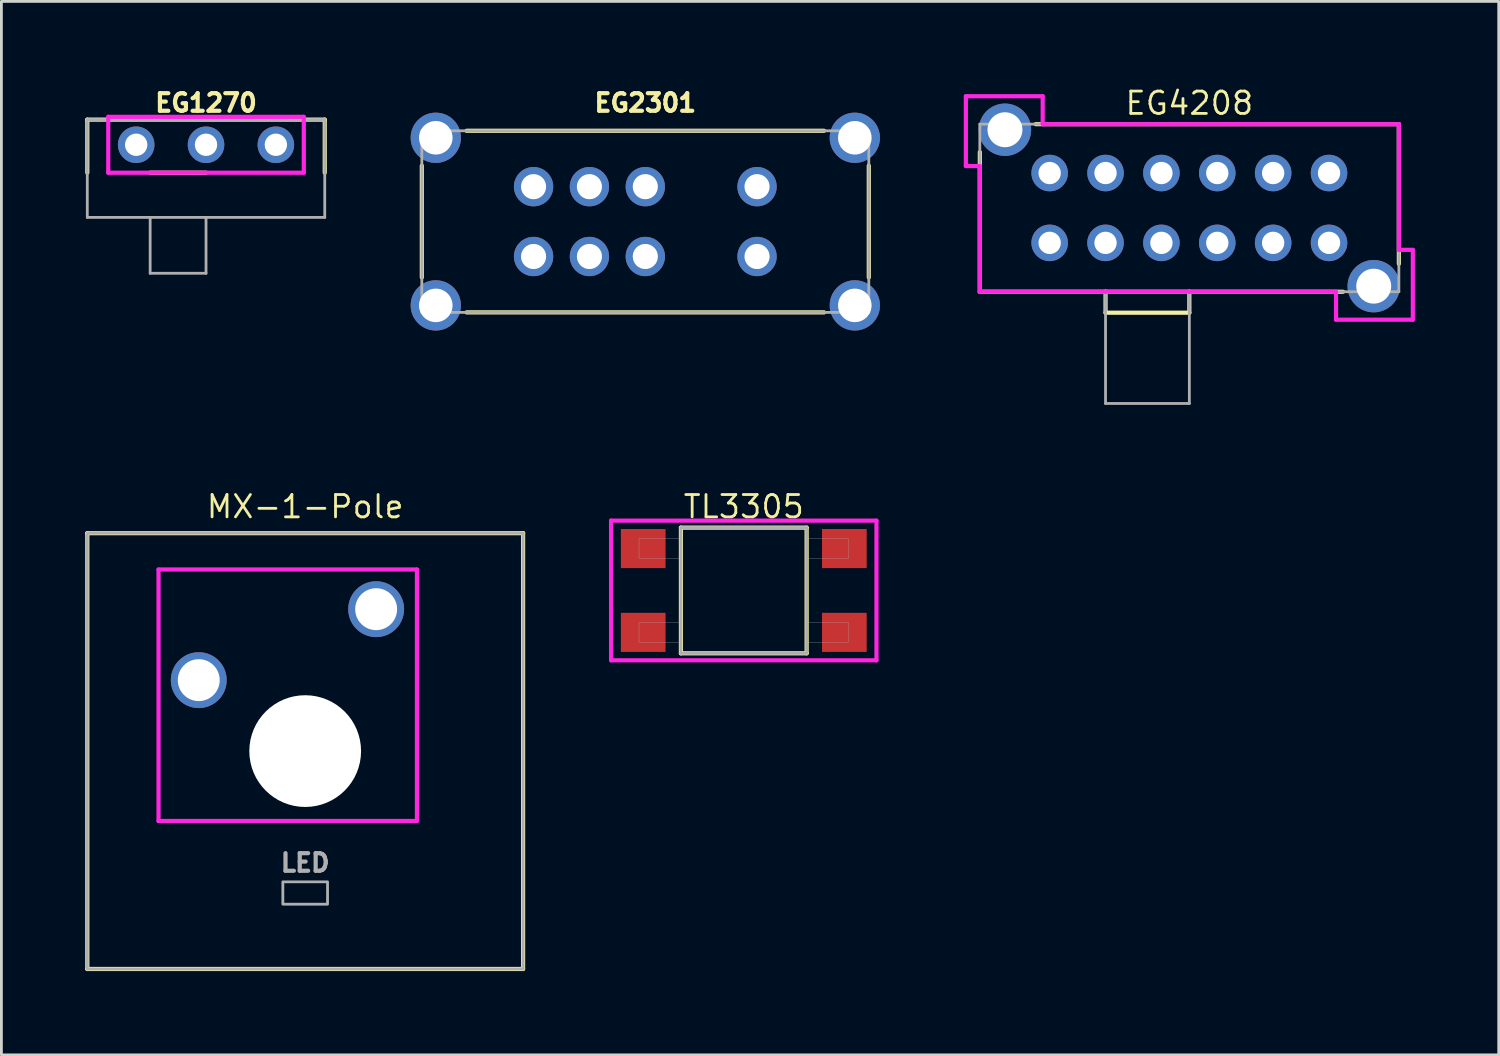
<source format=kicad_pcb>
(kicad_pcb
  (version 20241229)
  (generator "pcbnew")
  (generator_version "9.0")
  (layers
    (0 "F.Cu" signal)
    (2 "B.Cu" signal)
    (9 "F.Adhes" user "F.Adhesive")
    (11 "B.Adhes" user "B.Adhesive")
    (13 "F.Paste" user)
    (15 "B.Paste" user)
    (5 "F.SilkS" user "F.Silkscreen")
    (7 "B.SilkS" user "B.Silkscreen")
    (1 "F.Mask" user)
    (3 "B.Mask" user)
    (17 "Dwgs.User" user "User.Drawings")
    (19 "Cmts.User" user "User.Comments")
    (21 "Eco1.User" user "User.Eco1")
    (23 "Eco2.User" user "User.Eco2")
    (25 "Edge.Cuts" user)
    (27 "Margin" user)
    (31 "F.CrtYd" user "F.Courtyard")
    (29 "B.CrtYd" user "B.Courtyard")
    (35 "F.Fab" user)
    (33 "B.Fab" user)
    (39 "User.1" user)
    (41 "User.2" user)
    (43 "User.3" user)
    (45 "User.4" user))
  (footprint "EG1270"
    (layer "F.Cu")
    (at 4.325 2.132)
    (property "Reference" "EG1270" (at 0 -1.5 0) (layer "F.SilkS") (effects (font (size 0.63 0.63) (thickness 0.15))))
    (attr through_hole)
    (fp_line (start -4.25 -0.9) (end 4.25 -0.9) (stroke (width 0.15) (type solid)) (layer "F.SilkS"))
    (fp_line (start -4.25 1) (end -4.25 -0.9) (stroke (width 0.15) (type solid)) (layer "F.SilkS"))
    (fp_line (start 0 1) (end -2 1) (stroke (width 0.15) (type solid)) (layer "F.SilkS"))
    (fp_line (start 4.25 -0.9) (end 4.25 1) (stroke (width 0.15) (type solid)) (layer "F.SilkS"))
    (fp_line (start -3.5 -1) (end -3.5 1) (stroke (width 0.15) (type solid)) (layer "F.CrtYd"))
    (fp_line (start -3.5 1) (end 3.5 1) (stroke (width 0.15) (type solid)) (layer "F.CrtYd"))
    (fp_line (start 3.5 -1) (end -3.5 -1) (stroke (width 0.15) (type solid)) (layer "F.CrtYd"))
    (fp_line (start 3.5 1) (end 3.5 -1) (stroke (width 0.15) (type solid)) (layer "F.CrtYd"))
    (fp_line (start -4.25 -0.9) (end -4.25 2.6) (stroke (width 0.1) (type solid)) (layer "F.Fab"))
    (fp_line (start -4.25 2.6) (end -2 2.6) (stroke (width 0.1) (type solid)) (layer "F.Fab"))
    (fp_line (start -2 2.6) (end 0 2.6) (stroke (width 0.1) (type solid)) (layer "F.Fab"))
    (fp_line (start -2 4.6) (end -2 2.6) (stroke (width 0.1) (type solid)) (layer "F.Fab"))
    (fp_line (start 0 2.6) (end 0 4.6) (stroke (width 0.1) (type solid)) (layer "F.Fab"))
    (fp_line (start 0 2.6) (end 4.25 2.6) (stroke (width 0.1) (type solid)) (layer "F.Fab"))
    (fp_line (start 0 4.6) (end -2 4.6) (stroke (width 0.1) (type solid)) (layer "F.Fab"))
    (fp_line (start 4.25 -0.9) (end -4.25 -0.9) (stroke (width 0.1) (type solid)) (layer "F.Fab"))
    (fp_line (start 4.25 2.6) (end 4.25 -0.9) (stroke (width 0.1) (type solid)) (layer "F.Fab"))
    (fp_poly (pts (xy -2.75 -0.15) (xy -2.25 -0.15) (xy -2.25 0.15) (xy -2.75 0.15)) (stroke (width 0.01) (type solid)) (fill no) (layer "F.Fab"))
    (fp_poly (pts (xy -0.25 -0.15) (xy 0.25 -0.15) (xy 0.25 0.15) (xy -0.25 0.15)) (stroke (width 0.01) (type solid)) (fill no) (layer "F.Fab"))
    (fp_poly (pts (xy 2.25 -0.15) (xy 2.75 -0.15) (xy 2.75 0.15) (xy 2.25 0.15)) (stroke (width 0.01) (type solid)) (fill no) (layer "F.Fab"))
    (pad "1" thru_hole circle (at -2.5 0) (size 1.308 1.308) (drill 0.8) (layers "*.Cu" "*.Mask"))
    (pad "2" thru_hole circle (at 0 0) (size 1.308 1.308) (drill 0.8) (layers "*.Cu" "*.Mask"))
    (pad "3" thru_hole circle (at 2.5 0) (size 1.308 1.308) (drill 0.8) (layers "*.Cu" "*.Mask")))
  (footprint "MX-1-Pole"
    (layer "F.Cu")
    (at 7.875 23.837)
    (property "Reference" "MX-1-Pole" (at 0 -8.75 0) (layer "F.SilkS") (effects (font (size 0.8 0.8) (thickness 0.1))))
    (attr smd)
    (fp_line (start -7.8 -7.8) (end 7.8 -7.8) (stroke (width 0.15) (type default)) (layer "F.SilkS"))
    (fp_line (start -7.8 7.8) (end -7.8 -7.8) (stroke (width 0.15) (type default)) (layer "F.SilkS"))
    (fp_line (start 7.8 -7.8) (end 7.8 -7.8) (stroke (width 0.15) (type default)) (layer "F.SilkS"))
    (fp_line (start 7.8 -7.8) (end 7.8 7.8) (stroke (width 0.15) (type default)) (layer "F.SilkS"))
    (fp_line (start 7.8 7.8) (end -7.8 7.8) (stroke (width 0.15) (type default)) (layer "F.SilkS"))
    (fp_line (start -5.25 -6.5) (end 4 -6.5) (stroke (width 0.15) (type default)) (layer "F.CrtYd"))
    (fp_line (start -5.25 2.5) (end -5.25 -6.5) (stroke (width 0.15) (type default)) (layer "F.CrtYd"))
    (fp_line (start 4 -6.5) (end 4 -2.75) (stroke (width 0.15) (type default)) (layer "F.CrtYd"))
    (fp_line (start 4 -2.75) (end 4 2.5) (stroke (width 0.15) (type default)) (layer "F.CrtYd"))
    (fp_line (start 4 2.5) (end -5.25 2.5) (stroke (width 0.15) (type default)) (layer "F.CrtYd"))
    (fp_line (start -7.8 -7.8) (end 7.8 -7.8) (stroke (width 0.1) (type default)) (layer "F.Fab"))
    (fp_line (start -7.8 7.8) (end -7.8 -7.8) (stroke (width 0.1) (type default)) (layer "F.Fab"))
    (fp_line (start 7.8 -7.8) (end 7.8 7.8) (stroke (width 0.1) (type default)) (layer "F.Fab"))
    (fp_line (start 7.8 7.8) (end -7.8 7.8) (stroke (width 0.1) (type default)) (layer "F.Fab"))
    (fp_rect (start -0.8 5.48) (end 0.8 4.68) (stroke (width 0.1) (type default)) (fill no) (layer "F.Fab"))
    (fp_text user "LED" (at 0 4 0) (layer "F.Fab") (effects (font (size 0.63 0.63) (thickness 0.15))))
    (pad "" np_thru_hole circle (at 0 0) (size 4 4) (drill 4) (layers "*.Cu" "*.Mask"))
    (pad "1" thru_hole circle (at -3.81 -2.54) (size 2 2) (drill 1.5) (layers "*.Cu" "*.Mask"))
    (pad "2" thru_hole circle (at 2.54 -5.08) (size 2 2) (drill 1.5) (layers "*.Cu" "*.Mask")))
  (footprint "EG2301"
    (layer "F.Cu")
    (at 20.05 4.882)
    (property "Reference" "EG2301" (at 0 -4.25 0) (layer "F.SilkS") (effects (font (size 0.63 0.63) (thickness 0.15))))
    (attr through_hole)
    (fp_line (start -8 2) (end -8 -2) (stroke (width 0.15) (type solid)) (layer "F.SilkS"))
    (fp_line (start -6.4 -3.25) (end 6.4 -3.25) (stroke (width 0.15) (type solid)) (layer "F.SilkS"))
    (fp_line (start 6.4 3.25) (end -6.4 3.25) (stroke (width 0.15) (type solid)) (layer "F.SilkS"))
    (fp_line (start 8 -2) (end 8 2) (stroke (width 0.15) (type solid)) (layer "F.SilkS"))
    (fp_line (start -8 -3.25) (end -8 3.25) (stroke (width 0.1) (type solid)) (layer "F.Fab"))
    (fp_line (start -8 3.25) (end 8 3.25) (stroke (width 0.1) (type solid)) (layer "F.Fab"))
    (fp_line (start 8 -3.25) (end -8 -3.25) (stroke (width 0.1) (type solid)) (layer "F.Fab"))
    (fp_line (start 8 3.25) (end 8 -3.25) (stroke (width 0.1) (type solid)) (layer "F.Fab"))
    (fp_poly (pts (xy -8 -3.25) (xy -7 -3.25) (xy -7 -2.75) (xy -8 -2.75)) (stroke (width 0.01) (type solid)) (fill no) (layer "F.Fab"))
    (fp_poly (pts (xy -8 2.75) (xy -7 2.75) (xy -7 3.25) (xy -8 3.25)) (stroke (width 0.01) (type solid)) (fill no) (layer "F.Fab"))
    (fp_poly (pts (xy -4.25 -1.45) (xy -3.75 -1.45) (xy -3.75 -1.05) (xy -4.25 -1.05)) (stroke (width 0.01) (type solid)) (fill no) (layer "F.Fab"))
    (fp_poly (pts (xy -4.25 1.05) (xy -3.75 1.05) (xy -3.75 1.45) (xy -4.25 1.45)) (stroke (width 0.01) (type solid)) (fill no) (layer "F.Fab"))
    (fp_poly (pts (xy -2.25 -1.45) (xy -1.75 -1.45) (xy -1.75 -1.05) (xy -2.25 -1.05)) (stroke (width 0.01) (type solid)) (fill no) (layer "F.Fab"))
    (fp_poly (pts (xy -2.25 1.05) (xy -1.75 1.05) (xy -1.75 1.45) (xy -2.25 1.45)) (stroke (width 0.01) (type solid)) (fill no) (layer "F.Fab"))
    (fp_poly (pts (xy -0.25 -1.45) (xy 0.25 -1.45) (xy 0.25 -1.05) (xy -0.25 -1.05)) (stroke (width 0.01) (type solid)) (fill no) (layer "F.Fab"))
    (fp_poly (pts (xy -0.25 1.05) (xy 0.25 1.05) (xy 0.25 1.45) (xy -0.25 1.45)) (stroke (width 0.01) (type solid)) (fill no) (layer "F.Fab"))
    (fp_poly (pts (xy 3.75 -1.45) (xy 4.25 -1.45) (xy 4.25 -1.05) (xy 3.75 -1.05)) (stroke (width 0.01) (type solid)) (fill no) (layer "F.Fab"))
    (fp_poly (pts (xy 3.75 1.05) (xy 4.25 1.05) (xy 4.25 1.45) (xy 3.75 1.45)) (stroke (width 0.01) (type solid)) (fill no) (layer "F.Fab"))
    (fp_poly (pts (xy 7 -3.25) (xy 8 -3.25) (xy 8 -2.75) (xy 7 -2.75)) (stroke (width 0.01) (type solid)) (fill no) (layer "F.Fab"))
    (fp_poly (pts (xy 7 2.75) (xy 8 2.75) (xy 8 3.25) (xy 7 3.25)) (stroke (width 0.01) (type solid)) (fill no) (layer "F.Fab"))
    (pad "1" thru_hole circle (at -4 1.25) (size 1.408 1.408) (drill 0.9) (layers "*.Cu" "*.Mask"))
    (pad "2" thru_hole circle (at -2 1.25) (size 1.408 1.408) (drill 0.9) (layers "*.Cu" "*.Mask"))
    (pad "3" thru_hole circle (at 0 1.25) (size 1.408 1.408) (drill 0.9) (layers "*.Cu" "*.Mask"))
    (pad "4" thru_hole circle (at 4 1.25) (size 1.408 1.408) (drill 0.9) (layers "*.Cu" "*.Mask"))
    (pad "5" thru_hole circle (at -4 -1.25) (size 1.408 1.408) (drill 0.9) (layers "*.Cu" "*.Mask"))
    (pad "6" thru_hole circle (at -2 -1.25) (size 1.408 1.408) (drill 0.9) (layers "*.Cu" "*.Mask"))
    (pad "7" thru_hole circle (at 0 -1.25) (size 1.408 1.408) (drill 0.9) (layers "*.Cu" "*.Mask"))
    (pad "8" thru_hole circle (at 4 -1.25) (size 1.408 1.408) (drill 0.9) (layers "*.Cu" "*.Mask"))
    (pad "SHIELD@1" thru_hole circle (at -7.5 -3) (size 1.8 1.8) (drill 1.2) (layers "*.Cu" "*.Mask"))
    (pad "SHIELD@2" thru_hole circle (at -7.5 3) (size 1.8 1.8) (drill 1.2) (layers "*.Cu" "*.Mask"))
    (pad "SHIELD@3" thru_hole circle (at 7.5 3) (size 1.8 1.8) (drill 1.2) (layers "*.Cu" "*.Mask"))
    (pad "SHIELD@4" thru_hole circle (at 7.5 -3) (size 1.8 1.8) (drill 1.2) (layers "*.Cu" "*.Mask")))
  (footprint "EG4208"
    (layer "F.Cu")
    (at 39.525 4.394)
    (property "Reference" "EG4208" (at 0 -3.75 0) (layer "F.SilkS") (effects (font (size 0.8 0.8) (thickness 0.1))))
    (attr through_hole)
    (fp_line (start -7.5 -2) (end -7.5 3) (stroke (width 0.15) (type solid)) (layer "F.SilkS"))
    (fp_line (start -7.5 3) (end -3 3) (stroke (width 0.15) (type solid)) (layer "F.SilkS"))
    (fp_line (start -3 3) (end -3 3.75) (stroke (width 0.15) (type solid)) (layer "F.SilkS"))
    (fp_line (start -3 3) (end 0 3) (stroke (width 0.15) (type solid)) (layer "F.SilkS"))
    (fp_line (start -3 3.75) (end 0 3.75) (stroke (width 0.15) (type solid)) (layer "F.SilkS"))
    (fp_line (start 0 3) (end 5.5 3) (stroke (width 0.15) (type solid)) (layer "F.SilkS"))
    (fp_line (start 0 3.75) (end 0 3) (stroke (width 0.15) (type solid)) (layer "F.SilkS"))
    (fp_line (start 7.5 -3) (end -5.5 -3) (stroke (width 0.15) (type solid)) (layer "F.SilkS"))
    (fp_line (start 7.5 2) (end 7.5 -3) (stroke (width 0.15) (type solid)) (layer "F.SilkS"))
    (fp_line (start -8 -4) (end -8 -1.5) (stroke (width 0.15) (type solid)) (layer "F.CrtYd"))
    (fp_line (start -8 -1.5) (end -7.5 -1.5) (stroke (width 0.15) (type solid)) (layer "F.CrtYd"))
    (fp_line (start -7.5 -1.5) (end -7.5 3) (stroke (width 0.15) (type solid)) (layer "F.CrtYd"))
    (fp_line (start -7.5 3) (end 5.25 3) (stroke (width 0.15) (type solid)) (layer "F.CrtYd"))
    (fp_line (start -5.25 -4) (end -8 -4) (stroke (width 0.15) (type solid)) (layer "F.CrtYd"))
    (fp_line (start -5.25 -3) (end -5.25 -4) (stroke (width 0.15) (type solid)) (layer "F.CrtYd"))
    (fp_line (start 5.25 3) (end 5.25 4) (stroke (width 0.15) (type solid)) (layer "F.CrtYd"))
    (fp_line (start 5.25 4) (end 8 4) (stroke (width 0.15) (type solid)) (layer "F.CrtYd"))
    (fp_line (start 7.5 -3) (end -5.25 -3) (stroke (width 0.15) (type solid)) (layer "F.CrtYd"))
    (fp_line (start 7.5 1.5) (end 7.5 -3) (stroke (width 0.15) (type solid)) (layer "F.CrtYd"))
    (fp_line (start 8 1.5) (end 7.5 1.5) (stroke (width 0.15) (type solid)) (layer "F.CrtYd"))
    (fp_line (start 8 4) (end 8 1.5) (stroke (width 0.15) (type solid)) (layer "F.CrtYd"))
    (fp_line (start -7.5 -3) (end -7.5 3) (stroke (width 0.1) (type solid)) (layer "F.Fab"))
    (fp_line (start -7.5 3) (end -3 3) (stroke (width 0.1) (type solid)) (layer "F.Fab"))
    (fp_line (start -3 3) (end 0 3) (stroke (width 0.1) (type solid)) (layer "F.Fab"))
    (fp_line (start -3 7) (end -3 3) (stroke (width 0.1) (type solid)) (layer "F.Fab"))
    (fp_line (start 0 3) (end 0 7) (stroke (width 0.1) (type solid)) (layer "F.Fab"))
    (fp_line (start 0 3) (end 7.5 3) (stroke (width 0.1) (type solid)) (layer "F.Fab"))
    (fp_line (start 0 7) (end -3 7) (stroke (width 0.1) (type solid)) (layer "F.Fab"))
    (fp_line (start 7.5 -3) (end -7.5 -3) (stroke (width 0.1) (type solid)) (layer "F.Fab"))
    (fp_line (start 7.5 3) (end 7.5 -3) (stroke (width 0.1) (type solid)) (layer "F.Fab"))
    (fp_poly (pts (xy -7.1 -3) (xy -6.1 -3) (xy -6.1 -2.6) (xy -7.1 -2.6)) (stroke (width 0.01) (type solid)) (fill no) (layer "F.Fab"))
    (fp_poly (pts (xy -5.25 -1.4) (xy -4.75 -1.4) (xy -4.75 -1.1) (xy -5.25 -1.1)) (stroke (width 0.01) (type solid)) (fill no) (layer "F.Fab"))
    (fp_poly (pts (xy -5.25 1.1) (xy -4.75 1.1) (xy -4.75 1.4) (xy -5.25 1.4)) (stroke (width 0.01) (type solid)) (fill no) (layer "F.Fab"))
    (fp_poly (pts (xy -3.25 -1.4) (xy -2.75 -1.4) (xy -2.75 -1.1) (xy -3.25 -1.1)) (stroke (width 0.01) (type solid)) (fill no) (layer "F.Fab"))
    (fp_poly (pts (xy -3.25 1.1) (xy -2.75 1.1) (xy -2.75 1.4) (xy -3.25 1.4)) (stroke (width 0.01) (type solid)) (fill no) (layer "F.Fab"))
    (fp_poly (pts (xy -1.25 -1.4) (xy -0.75 -1.4) (xy -0.75 -1.1) (xy -1.25 -1.1)) (stroke (width 0.01) (type solid)) (fill no) (layer "F.Fab"))
    (fp_poly (pts (xy -1.25 1.1) (xy -0.75 1.1) (xy -0.75 1.4) (xy -1.25 1.4)) (stroke (width 0.01) (type solid)) (fill no) (layer "F.Fab"))
    (fp_poly (pts (xy 0.75 -1.4) (xy 1.25 -1.4) (xy 1.25 -1.1) (xy 0.75 -1.1)) (stroke (width 0.01) (type solid)) (fill no) (layer "F.Fab"))
    (fp_poly (pts (xy 0.75 1.1) (xy 1.25 1.1) (xy 1.25 1.4) (xy 0.75 1.4)) (stroke (width 0.01) (type solid)) (fill no) (layer "F.Fab"))
    (fp_poly (pts (xy 2.75 -1.4) (xy 3.25 -1.4) (xy 3.25 -1.1) (xy 2.75 -1.1)) (stroke (width 0.01) (type solid)) (fill no) (layer "F.Fab"))
    (fp_poly (pts (xy 2.75 1.1) (xy 3.25 1.1) (xy 3.25 1.4) (xy 2.75 1.4)) (stroke (width 0.01) (type solid)) (fill no) (layer "F.Fab"))
    (fp_poly (pts (xy 4.75 -1.4) (xy 5.25 -1.4) (xy 5.25 -1.1) (xy 4.75 -1.1)) (stroke (width 0.01) (type solid)) (fill no) (layer "F.Fab"))
    (fp_poly (pts (xy 4.75 1.1) (xy 5.25 1.1) (xy 5.25 1.4) (xy 4.75 1.4)) (stroke (width 0.01) (type solid)) (fill no) (layer "F.Fab"))
    (fp_poly (pts (xy 6.1 2.6) (xy 7.1 2.6) (xy 7.1 3) (xy 6.1 3)) (stroke (width 0.01) (type solid)) (fill no) (layer "F.Fab"))
    (pad "1" thru_hole circle (at -5 1.25) (size 1.308 1.308) (drill 0.8) (layers "*.Cu" "*.Mask"))
    (pad "2" thru_hole circle (at -3 1.25) (size 1.308 1.308) (drill 0.8) (layers "*.Cu" "*.Mask"))
    (pad "3" thru_hole circle (at -1 1.25) (size 1.308 1.308) (drill 0.8) (layers "*.Cu" "*.Mask"))
    (pad "4" thru_hole circle (at 1 1.25) (size 1.308 1.308) (drill 0.8) (layers "*.Cu" "*.Mask"))
    (pad "5" thru_hole circle (at 3 1.25) (size 1.308 1.308) (drill 0.8) (layers "*.Cu" "*.Mask"))
    (pad "6" thru_hole circle (at 5 1.25) (size 1.308 1.308) (drill 0.8) (layers "*.Cu" "*.Mask"))
    (pad "7" thru_hole circle (at -5 -1.25) (size 1.308 1.308) (drill 0.8) (layers "*.Cu" "*.Mask"))
    (pad "8" thru_hole circle (at -3 -1.25) (size 1.308 1.308) (drill 0.8) (layers "*.Cu" "*.Mask"))
    (pad "9" thru_hole circle (at -1 -1.25) (size 1.308 1.308) (drill 0.8) (layers "*.Cu" "*.Mask"))
    (pad "10" thru_hole circle (at 1 -1.25) (size 1.308 1.308) (drill 0.8) (layers "*.Cu" "*.Mask"))
    (pad "11" thru_hole circle (at 3 -1.25) (size 1.308 1.308) (drill 0.8) (layers "*.Cu" "*.Mask"))
    (pad "12" thru_hole circle (at 5 -1.25) (size 1.308 1.308) (drill 0.8) (layers "*.Cu" "*.Mask"))
    (pad "SHIELD@1" thru_hole circle (at -6.6 -2.8) (size 1.875 1.875) (drill 1.25) (layers "*.Cu" "*.Mask"))
    (pad "SHIELD@2" thru_hole circle (at 6.6 2.8) (size 1.875 1.875) (drill 1.25) (layers "*.Cu" "*.Mask")))
  (footprint "TL3305"
    (layer "F.Cu")
    (at 23.575 18.087)
    (property "Reference" "TL3305" (at 0 -3 0) (layer "F.SilkS") (effects (font (size 0.8 0.8) (thickness 0.1))))
    (attr smd)
    (fp_line (start -2.25 -2.25) (end -2.25 2.25) (stroke (width 0.15) (type solid)) (layer "F.SilkS"))
    (fp_line (start -2.25 2.25) (end 2.25 2.25) (stroke (width 0.15) (type solid)) (layer "F.SilkS"))
    (fp_line (start 2.25 -2.25) (end -2.25 -2.25) (stroke (width 0.15) (type solid)) (layer "F.SilkS"))
    (fp_line (start 2.25 2.25) (end 2.25 -2.25) (stroke (width 0.15) (type solid)) (layer "F.SilkS"))
    (fp_line (start -4.75 -2.5) (end -4.75 2.5) (stroke (width 0.15) (type solid)) (layer "F.CrtYd"))
    (fp_line (start -4.75 2.5) (end 4.75 2.5) (stroke (width 0.15) (type solid)) (layer "F.CrtYd"))
    (fp_line (start 4.75 -2.5) (end -4.75 -2.5) (stroke (width 0.15) (type solid)) (layer "F.CrtYd"))
    (fp_line (start 4.75 2.5) (end 4.75 -2.5) (stroke (width 0.15) (type solid)) (layer "F.CrtYd"))
    (fp_line (start -2.25 -2.25) (end -2.25 2.25) (stroke (width 0.1) (type solid)) (layer "F.Fab"))
    (fp_line (start -2.25 2.25) (end 2.25 2.25) (stroke (width 0.1) (type solid)) (layer "F.Fab"))
    (fp_line (start 2.25 -2.25) (end -2.25 -2.25) (stroke (width 0.1) (type solid)) (layer "F.Fab"))
    (fp_line (start 2.25 2.25) (end 2.25 -2.25) (stroke (width 0.1) (type solid)) (layer "F.Fab"))
    (fp_poly (pts (xy -3.75 -1.85) (xy -2.25 -1.85) (xy -2.25 -1.15) (xy -3.75 -1.15)) (stroke (width 0.01) (type solid)) (fill no) (layer "F.Fab"))
    (fp_poly (pts (xy -3.75 1.15) (xy -2.25 1.15) (xy -2.25 1.85) (xy -3.75 1.85)) (stroke (width 0.01) (type solid)) (fill no) (layer "F.Fab"))
    (fp_poly (pts (xy 2.25 -1.85) (xy 3.75 -1.85) (xy 3.75 -1.15) (xy 2.25 -1.15)) (stroke (width 0.01) (type solid)) (fill no) (layer "F.Fab"))
    (fp_poly (pts (xy 2.25 1.15) (xy 3.75 1.15) (xy 3.75 1.85) (xy 2.25 1.85)) (stroke (width 0.01) (type solid)) (fill no) (layer "F.Fab"))
    (pad "1" smd rect (at -3.6 1.5) (size 1.6 1.4) (layers "F.Cu" "F.Mask" "F.Paste"))
    (pad "2" smd rect (at 3.6 1.5) (size 1.6 1.4) (layers "F.Cu" "F.Mask" "F.Paste"))
    (pad "3" smd rect (at -3.6 -1.5) (size 1.6 1.4) (layers "F.Cu" "F.Mask" "F.Paste"))
    (pad "4" smd rect (at 3.6 -1.5) (size 1.6 1.4) (layers "F.Cu" "F.Mask" "F.Paste")))
  (gr_rect
    (start -3 -3)
    (end 50.6 34.712)
    (stroke (width 0.1) (type default))
    (fill no)
    (layer "Edge.Cuts")))
</source>
